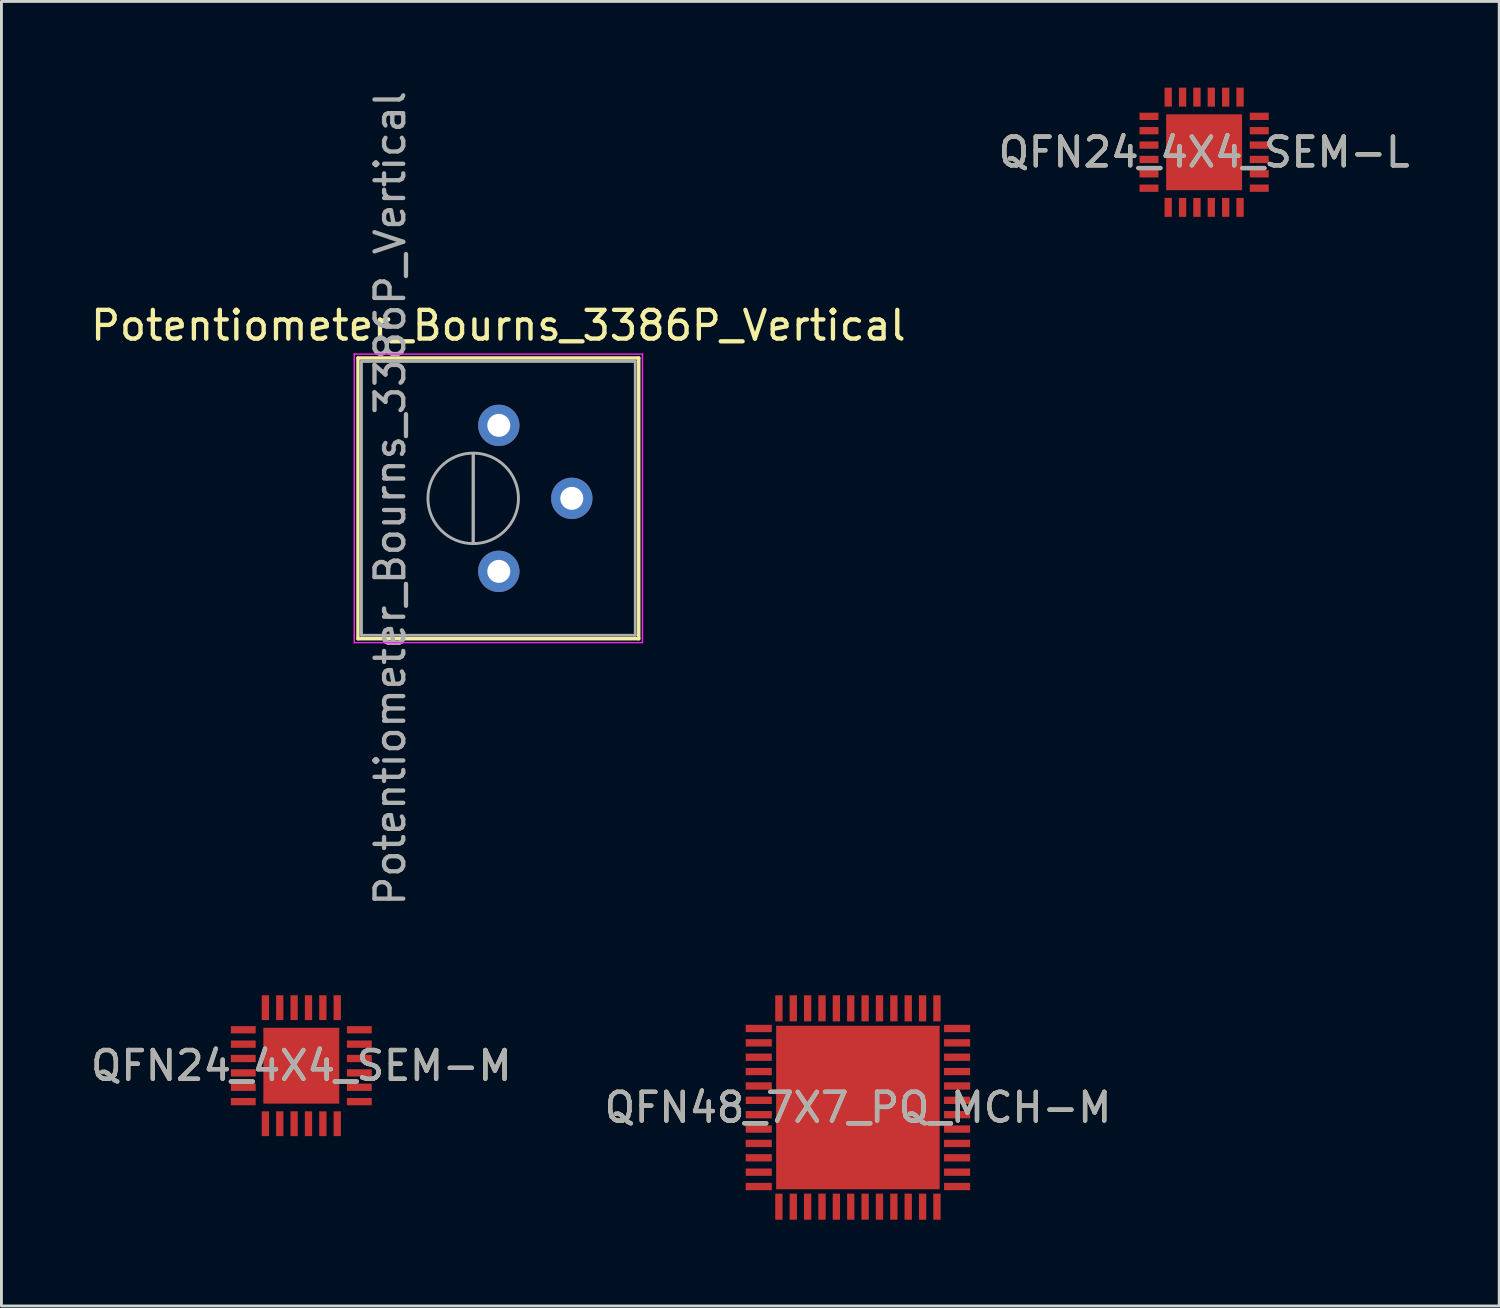
<source format=kicad_pcb>
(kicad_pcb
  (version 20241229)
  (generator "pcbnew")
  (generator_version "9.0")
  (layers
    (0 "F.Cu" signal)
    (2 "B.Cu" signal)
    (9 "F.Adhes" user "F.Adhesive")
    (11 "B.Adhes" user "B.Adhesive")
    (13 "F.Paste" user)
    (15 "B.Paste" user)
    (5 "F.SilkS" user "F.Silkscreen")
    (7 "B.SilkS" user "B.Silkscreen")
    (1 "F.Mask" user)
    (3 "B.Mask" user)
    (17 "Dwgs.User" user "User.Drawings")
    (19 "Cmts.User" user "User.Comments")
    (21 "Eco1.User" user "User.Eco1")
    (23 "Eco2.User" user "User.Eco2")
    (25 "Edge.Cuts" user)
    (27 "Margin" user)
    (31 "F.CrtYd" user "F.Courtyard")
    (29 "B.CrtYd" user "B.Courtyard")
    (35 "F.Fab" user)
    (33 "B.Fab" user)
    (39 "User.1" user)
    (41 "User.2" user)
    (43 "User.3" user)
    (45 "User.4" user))
  (footprint "Potentiometer_Bourns_3386P_Vertical"
    (layer "F.Cu")
    (at 14.307 16.832)
    (property "Reference" "Potentiometer_Bourns_3386P_Vertical" (at -0.015 -8.555 0) (layer "F.SilkS") (effects (font (size 1 1) (thickness 0.15))))
    (attr through_hole)
    (fp_line (start -4.9 -7.425) (end -4.9 2.345) (stroke (width 0.12) (type solid)) (layer "F.SilkS"))
    (fp_line (start -4.9 -7.425) (end 4.87 -7.425) (stroke (width 0.12) (type solid)) (layer "F.SilkS"))
    (fp_line (start -4.9 2.345) (end 4.87 2.345) (stroke (width 0.12) (type solid)) (layer "F.SilkS"))
    (fp_line (start 4.87 -7.425) (end 4.87 2.345) (stroke (width 0.12) (type solid)) (layer "F.SilkS"))
    (fp_line (start -5.03 -7.56) (end -5.03 2.48) (stroke (width 0.05) (type solid)) (layer "F.CrtYd"))
    (fp_line (start -5.03 2.48) (end 5 2.48) (stroke (width 0.05) (type solid)) (layer "F.CrtYd"))
    (fp_line (start 5 -7.56) (end -5.03 -7.56) (stroke (width 0.05) (type solid)) (layer "F.CrtYd"))
    (fp_line (start 5 2.48) (end 5 -7.56) (stroke (width 0.05) (type solid)) (layer "F.CrtYd"))
    (fp_line (start -4.78 -7.305) (end -4.78 2.225) (stroke (width 0.1) (type solid)) (layer "F.Fab"))
    (fp_line (start -4.78 2.225) (end 4.75 2.225) (stroke (width 0.1) (type solid)) (layer "F.Fab"))
    (fp_line (start -0.891 -0.98) (end -0.89 -4.099) (stroke (width 0.1) (type solid)) (layer "F.Fab"))
    (fp_line (start -0.891 -0.98) (end -0.89 -4.099) (stroke (width 0.1) (type solid)) (layer "F.Fab"))
    (fp_line (start 4.75 -7.305) (end -4.78 -7.305) (stroke (width 0.1) (type solid)) (layer "F.Fab"))
    (fp_line (start 4.75 2.225) (end 4.75 -7.305) (stroke (width 0.1) (type solid)) (layer "F.Fab"))
    (fp_circle (center -0.891 -2.54) (end 0.684 -2.54) (stroke (width 0.1) (type solid)) (fill no) (layer "F.Fab"))
    (fp_text user "${REFERENCE}" (at -3.78 -2.54 90) (layer "F.Fab") (effects (font (size 1 1) (thickness 0.15))))
    (pad "1" thru_hole circle (at 0 0) (size 1.44 1.44) (drill 0.8) (layers "*.Cu" "*.Mask"))
    (pad "2" thru_hole circle (at 2.54 -2.54) (size 1.44 1.44) (drill 0.8) (layers "*.Cu" "*.Mask"))
    (pad "3" thru_hole circle (at 0 -5.08) (size 1.44 1.44) (drill 0.8) (layers "*.Cu" "*.Mask")))
  (footprint "QFN24_4X4_SEM-M"
    (layer "F.Cu")
    (at 7.435 34.034)
    (property "Reference" "QFN24_4X4_SEM-M" (at 0 0 0) (unlocked yes) (layer "F.SilkS") (effects (font (size 1 1) (thickness 0.15))))
    (attr smd)
    (fp_text user "${REFERENCE}" (at 0 0 0) (unlocked yes) (layer "F.Fab") (effects (font (size 1 1) (thickness 0.15))))
    (pad "1" smd rect (at -2.019 -1.25 90) (size 0.254 0.864) (layers "F.Cu" "F.Mask" "F.Paste"))
    (pad "2" smd rect (at -2.019 -0.75 90) (size 0.254 0.864) (layers "F.Cu" "F.Mask" "F.Paste"))
    (pad "3" smd rect (at -2.019 -0.25 90) (size 0.254 0.864) (layers "F.Cu" "F.Mask" "F.Paste"))
    (pad "4" smd rect (at -2.019 0.25 90) (size 0.254 0.864) (layers "F.Cu" "F.Mask" "F.Paste"))
    (pad "5" smd rect (at -2.019 0.75 90) (size 0.254 0.864) (layers "F.Cu" "F.Mask" "F.Paste"))
    (pad "6" smd rect (at -2.019 1.25 90) (size 0.254 0.864) (layers "F.Cu" "F.Mask" "F.Paste"))
    (pad "7" smd rect (at -1.25 2.019) (size 0.254 0.864) (layers "F.Cu" "F.Mask" "F.Paste"))
    (pad "8" smd rect (at -0.75 2.019) (size 0.254 0.864) (layers "F.Cu" "F.Mask" "F.Paste"))
    (pad "9" smd rect (at -0.25 2.019) (size 0.254 0.864) (layers "F.Cu" "F.Mask" "F.Paste"))
    (pad "10" smd rect (at 0.25 2.019) (size 0.254 0.864) (layers "F.Cu" "F.Mask" "F.Paste"))
    (pad "11" smd rect (at 0.75 2.019) (size 0.254 0.864) (layers "F.Cu" "F.Mask" "F.Paste"))
    (pad "12" smd rect (at 1.25 2.019) (size 0.254 0.864) (layers "F.Cu" "F.Mask" "F.Paste"))
    (pad "13" smd rect (at 2.019 1.25 90) (size 0.254 0.864) (layers "F.Cu" "F.Mask" "F.Paste"))
    (pad "14" smd rect (at 2.019 0.75 90) (size 0.254 0.864) (layers "F.Cu" "F.Mask" "F.Paste"))
    (pad "15" smd rect (at 2.019 0.25 90) (size 0.254 0.864) (layers "F.Cu" "F.Mask" "F.Paste"))
    (pad "16" smd rect (at 2.019 -0.25 90) (size 0.254 0.864) (layers "F.Cu" "F.Mask" "F.Paste"))
    (pad "17" smd rect (at 2.019 -0.75 90) (size 0.254 0.864) (layers "F.Cu" "F.Mask" "F.Paste"))
    (pad "18" smd rect (at 2.019 -1.25 90) (size 0.254 0.864) (layers "F.Cu" "F.Mask" "F.Paste"))
    (pad "19" smd rect (at 1.25 -2.019) (size 0.254 0.864) (layers "F.Cu" "F.Mask" "F.Paste"))
    (pad "20" smd rect (at 0.75 -2.019) (size 0.254 0.864) (layers "F.Cu" "F.Mask" "F.Paste"))
    (pad "21" smd rect (at 0.25 -2.019) (size 0.254 0.864) (layers "F.Cu" "F.Mask" "F.Paste"))
    (pad "22" smd rect (at -0.25 -2.019) (size 0.254 0.864) (layers "F.Cu" "F.Mask" "F.Paste"))
    (pad "23" smd rect (at -0.75 -2.019) (size 0.254 0.864) (layers "F.Cu" "F.Mask" "F.Paste"))
    (pad "24" smd rect (at -1.25 -2.019) (size 0.254 0.864) (layers "F.Cu" "F.Mask" "F.Paste"))
    (pad "25" smd rect (at 0 0) (size 2.642 2.642) (layers "F.Cu" "F.Mask" "F.Paste")))
  (footprint "QFN24_4X4_SEM-L"
    (layer "F.Cu")
    (at 38.851 2.248)
    (property "Reference" "QFN24_4X4_SEM-L" (at 0 0 0) (unlocked yes) (layer "F.SilkS") (effects (font (size 1 1) (thickness 0.15))))
    (attr smd)
    (fp_text user "${REFERENCE}" (at 0 0 0) (unlocked yes) (layer "F.Fab") (effects (font (size 1 1) (thickness 0.15))))
    (pad "1" smd rect (at -1.918 -1.25 90) (size 0.254 0.66) (layers "F.Cu" "F.Mask" "F.Paste"))
    (pad "2" smd rect (at -1.918 -0.75 90) (size 0.254 0.66) (layers "F.Cu" "F.Mask" "F.Paste"))
    (pad "3" smd rect (at -1.918 -0.25 90) (size 0.254 0.66) (layers "F.Cu" "F.Mask" "F.Paste"))
    (pad "4" smd rect (at -1.918 0.25 90) (size 0.254 0.66) (layers "F.Cu" "F.Mask" "F.Paste"))
    (pad "5" smd rect (at -1.918 0.75 90) (size 0.254 0.66) (layers "F.Cu" "F.Mask" "F.Paste"))
    (pad "6" smd rect (at -1.918 1.25 90) (size 0.254 0.66) (layers "F.Cu" "F.Mask" "F.Paste"))
    (pad "7" smd rect (at -1.25 1.918) (size 0.254 0.66) (layers "F.Cu" "F.Mask" "F.Paste"))
    (pad "8" smd rect (at -0.75 1.918) (size 0.254 0.66) (layers "F.Cu" "F.Mask" "F.Paste"))
    (pad "9" smd rect (at -0.25 1.918) (size 0.254 0.66) (layers "F.Cu" "F.Mask" "F.Paste"))
    (pad "10" smd rect (at 0.25 1.918) (size 0.254 0.66) (layers "F.Cu" "F.Mask" "F.Paste"))
    (pad "11" smd rect (at 0.75 1.918) (size 0.254 0.66) (layers "F.Cu" "F.Mask" "F.Paste"))
    (pad "12" smd rect (at 1.25 1.918) (size 0.254 0.66) (layers "F.Cu" "F.Mask" "F.Paste"))
    (pad "13" smd rect (at 1.918 1.25 90) (size 0.254 0.66) (layers "F.Cu" "F.Mask" "F.Paste"))
    (pad "14" smd rect (at 1.918 0.75 90) (size 0.254 0.66) (layers "F.Cu" "F.Mask" "F.Paste"))
    (pad "15" smd rect (at 1.918 0.25 90) (size 0.254 0.66) (layers "F.Cu" "F.Mask" "F.Paste"))
    (pad "16" smd rect (at 1.918 -0.25 90) (size 0.254 0.66) (layers "F.Cu" "F.Mask" "F.Paste"))
    (pad "17" smd rect (at 1.918 -0.75 90) (size 0.254 0.66) (layers "F.Cu" "F.Mask" "F.Paste"))
    (pad "18" smd rect (at 1.918 -1.25 90) (size 0.254 0.66) (layers "F.Cu" "F.Mask" "F.Paste"))
    (pad "19" smd rect (at 1.25 -1.918) (size 0.254 0.66) (layers "F.Cu" "F.Mask" "F.Paste"))
    (pad "20" smd rect (at 0.75 -1.918) (size 0.254 0.66) (layers "F.Cu" "F.Mask" "F.Paste"))
    (pad "21" smd rect (at 0.25 -1.918) (size 0.254 0.66) (layers "F.Cu" "F.Mask" "F.Paste"))
    (pad "22" smd rect (at -0.25 -1.918) (size 0.254 0.66) (layers "F.Cu" "F.Mask" "F.Paste"))
    (pad "23" smd rect (at -0.75 -1.918) (size 0.254 0.66) (layers "F.Cu" "F.Mask" "F.Paste"))
    (pad "24" smd rect (at -1.25 -1.918) (size 0.254 0.66) (layers "F.Cu" "F.Mask" "F.Paste"))
    (pad "25" smd rect (at 0 0) (size 2.642 2.642) (layers "F.Cu" "F.Mask" "F.Paste")))
  (footprint "QFN48_7X7_PQ_MCH-M"
    (layer "F.Cu")
    (at 26.804 35.489)
    (property "Reference" "QFN48_7X7_PQ_MCH-M" (at 0 0 0) (unlocked yes) (layer "F.SilkS") (effects (font (size 1 1) (thickness 0.15))))
    (attr smd)
    (fp_text user "${REFERENCE}" (at 0 0 0) (unlocked yes) (layer "F.Fab") (effects (font (size 1 1) (thickness 0.15))))
    (pad "1" smd rect (at -3.451 -2.75 90) (size 0.255 0.908) (layers "F.Cu" "F.Mask" "F.Paste"))
    (pad "2" smd rect (at -3.451 -2.25 90) (size 0.255 0.908) (layers "F.Cu" "F.Mask" "F.Paste"))
    (pad "3" smd rect (at -3.451 -1.75 90) (size 0.255 0.908) (layers "F.Cu" "F.Mask" "F.Paste"))
    (pad "4" smd rect (at -3.451 -1.25 90) (size 0.255 0.908) (layers "F.Cu" "F.Mask" "F.Paste"))
    (pad "5" smd rect (at -3.451 -0.75 90) (size 0.255 0.908) (layers "F.Cu" "F.Mask" "F.Paste"))
    (pad "6" smd rect (at -3.451 -0.25 90) (size 0.255 0.908) (layers "F.Cu" "F.Mask" "F.Paste"))
    (pad "7" smd rect (at -3.451 0.25 90) (size 0.255 0.908) (layers "F.Cu" "F.Mask" "F.Paste"))
    (pad "8" smd rect (at -3.451 0.75 90) (size 0.255 0.908) (layers "F.Cu" "F.Mask" "F.Paste"))
    (pad "9" smd rect (at -3.451 1.25 90) (size 0.255 0.908) (layers "F.Cu" "F.Mask" "F.Paste"))
    (pad "10" smd rect (at -3.451 1.75 90) (size 0.255 0.908) (layers "F.Cu" "F.Mask" "F.Paste"))
    (pad "11" smd rect (at -3.451 2.25 90) (size 0.255 0.908) (layers "F.Cu" "F.Mask" "F.Paste"))
    (pad "12" smd rect (at -3.451 2.75 90) (size 0.255 0.908) (layers "F.Cu" "F.Mask" "F.Paste"))
    (pad "13" smd rect (at -2.75 3.451) (size 0.255 0.908) (layers "F.Cu" "F.Mask" "F.Paste"))
    (pad "14" smd rect (at -2.25 3.451) (size 0.255 0.908) (layers "F.Cu" "F.Mask" "F.Paste"))
    (pad "15" smd rect (at -1.75 3.451) (size 0.255 0.908) (layers "F.Cu" "F.Mask" "F.Paste"))
    (pad "16" smd rect (at -1.25 3.451) (size 0.255 0.908) (layers "F.Cu" "F.Mask" "F.Paste"))
    (pad "17" smd rect (at -0.75 3.451) (size 0.255 0.908) (layers "F.Cu" "F.Mask" "F.Paste"))
    (pad "18" smd rect (at -0.25 3.451) (size 0.255 0.908) (layers "F.Cu" "F.Mask" "F.Paste"))
    (pad "19" smd rect (at 0.25 3.451) (size 0.255 0.908) (layers "F.Cu" "F.Mask" "F.Paste"))
    (pad "20" smd rect (at 0.75 3.451) (size 0.255 0.908) (layers "F.Cu" "F.Mask" "F.Paste"))
    (pad "21" smd rect (at 1.25 3.451) (size 0.255 0.908) (layers "F.Cu" "F.Mask" "F.Paste"))
    (pad "22" smd rect (at 1.75 3.451) (size 0.255 0.908) (layers "F.Cu" "F.Mask" "F.Paste"))
    (pad "23" smd rect (at 2.25 3.451) (size 0.255 0.908) (layers "F.Cu" "F.Mask" "F.Paste"))
    (pad "24" smd rect (at 2.75 3.451) (size 0.255 0.908) (layers "F.Cu" "F.Mask" "F.Paste"))
    (pad "25" smd rect (at 3.451 2.75 90) (size 0.255 0.908) (layers "F.Cu" "F.Mask" "F.Paste"))
    (pad "26" smd rect (at 3.451 2.25 90) (size 0.255 0.908) (layers "F.Cu" "F.Mask" "F.Paste"))
    (pad "27" smd rect (at 3.451 1.75 90) (size 0.255 0.908) (layers "F.Cu" "F.Mask" "F.Paste"))
    (pad "28" smd rect (at 3.451 1.25 90) (size 0.255 0.908) (layers "F.Cu" "F.Mask" "F.Paste"))
    (pad "29" smd rect (at 3.451 0.75 90) (size 0.255 0.908) (layers "F.Cu" "F.Mask" "F.Paste"))
    (pad "30" smd rect (at 3.451 0.25 90) (size 0.255 0.908) (layers "F.Cu" "F.Mask" "F.Paste"))
    (pad "31" smd rect (at 3.451 -0.25 90) (size 0.255 0.908) (layers "F.Cu" "F.Mask" "F.Paste"))
    (pad "32" smd rect (at 3.451 -0.75 90) (size 0.255 0.908) (layers "F.Cu" "F.Mask" "F.Paste"))
    (pad "33" smd rect (at 3.451 -1.25 90) (size 0.255 0.908) (layers "F.Cu" "F.Mask" "F.Paste"))
    (pad "34" smd rect (at 3.451 -1.75 90) (size 0.255 0.908) (layers "F.Cu" "F.Mask" "F.Paste"))
    (pad "35" smd rect (at 3.451 -2.25 90) (size 0.255 0.908) (layers "F.Cu" "F.Mask" "F.Paste"))
    (pad "36" smd rect (at 3.451 -2.75 90) (size 0.255 0.908) (layers "F.Cu" "F.Mask" "F.Paste"))
    (pad "37" smd rect (at 2.75 -3.451) (size 0.255 0.908) (layers "F.Cu" "F.Mask" "F.Paste"))
    (pad "38" smd rect (at 2.25 -3.451) (size 0.255 0.908) (layers "F.Cu" "F.Mask" "F.Paste"))
    (pad "39" smd rect (at 1.75 -3.451) (size 0.255 0.908) (layers "F.Cu" "F.Mask" "F.Paste"))
    (pad "40" smd rect (at 1.25 -3.451) (size 0.255 0.908) (layers "F.Cu" "F.Mask" "F.Paste"))
    (pad "41" smd rect (at 0.75 -3.451) (size 0.255 0.908) (layers "F.Cu" "F.Mask" "F.Paste"))
    (pad "42" smd rect (at 0.25 -3.451) (size 0.255 0.908) (layers "F.Cu" "F.Mask" "F.Paste"))
    (pad "43" smd rect (at -0.25 -3.451) (size 0.255 0.908) (layers "F.Cu" "F.Mask" "F.Paste"))
    (pad "44" smd rect (at -0.75 -3.451) (size 0.255 0.908) (layers "F.Cu" "F.Mask" "F.Paste"))
    (pad "45" smd rect (at -1.25 -3.451) (size 0.255 0.908) (layers "F.Cu" "F.Mask" "F.Paste"))
    (pad "46" smd rect (at -1.75 -3.451) (size 0.255 0.908) (layers "F.Cu" "F.Mask" "F.Paste"))
    (pad "47" smd rect (at -2.25 -3.451) (size 0.255 0.908) (layers "F.Cu" "F.Mask" "F.Paste"))
    (pad "48" smd rect (at -2.75 -3.451) (size 0.255 0.908) (layers "F.Cu" "F.Mask" "F.Paste"))
    (pad "49" smd rect (at 0 0) (size 5.69 5.69) (layers "F.Cu" "F.Mask" "F.Paste")))
  (gr_rect
    (start -3 -3)
    (end 49.119 42.394)
    (stroke (width 0.1) (type default))
    (fill no)
    (layer "Edge.Cuts")))
</source>
